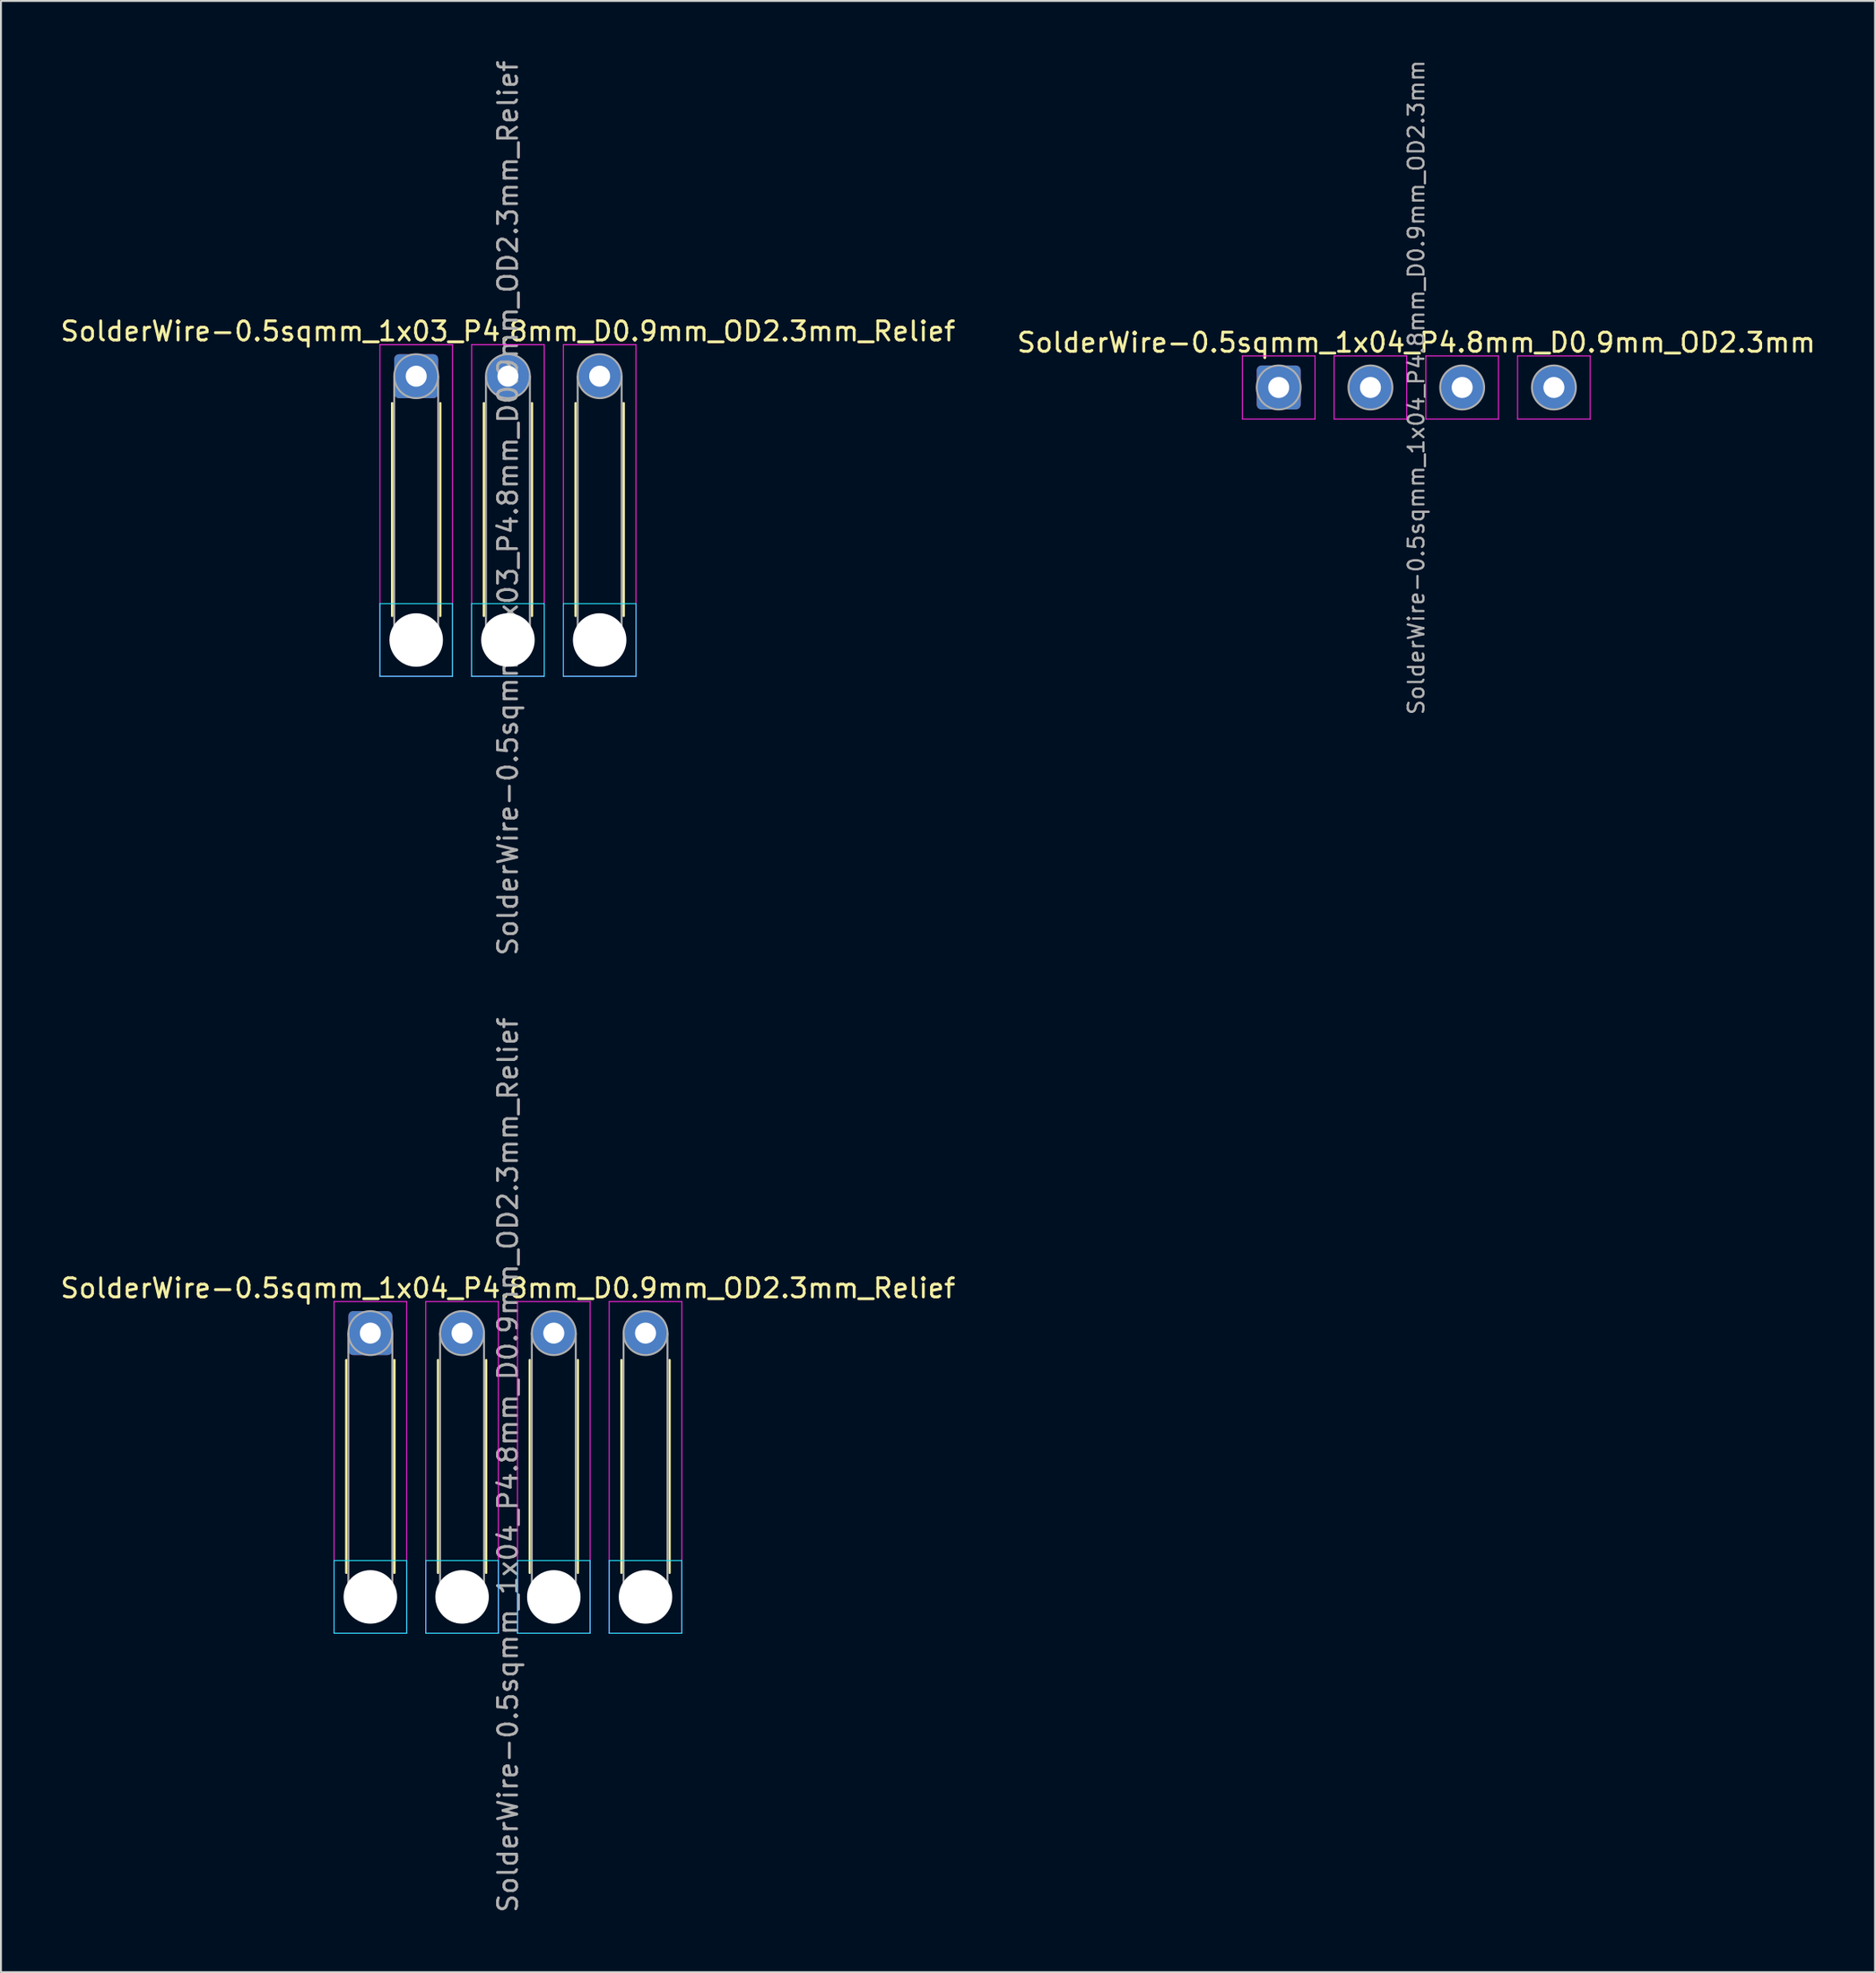
<source format=kicad_pcb>
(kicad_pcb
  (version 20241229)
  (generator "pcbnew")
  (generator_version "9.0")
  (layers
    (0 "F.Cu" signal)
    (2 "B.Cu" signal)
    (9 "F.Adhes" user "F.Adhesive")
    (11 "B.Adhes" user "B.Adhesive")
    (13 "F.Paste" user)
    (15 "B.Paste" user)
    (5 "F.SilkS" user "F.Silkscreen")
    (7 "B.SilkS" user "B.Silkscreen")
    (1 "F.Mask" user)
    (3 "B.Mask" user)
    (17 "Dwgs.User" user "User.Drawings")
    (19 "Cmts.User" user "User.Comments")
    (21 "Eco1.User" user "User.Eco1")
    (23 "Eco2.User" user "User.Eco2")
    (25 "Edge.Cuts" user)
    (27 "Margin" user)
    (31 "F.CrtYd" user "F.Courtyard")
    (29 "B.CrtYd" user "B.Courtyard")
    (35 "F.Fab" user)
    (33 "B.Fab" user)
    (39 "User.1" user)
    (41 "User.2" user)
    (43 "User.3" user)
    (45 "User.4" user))
  (footprint "SolderWire-0.5sqmm_1x04_P4.8mm_D0.9mm_OD2.3mm"
    (layer "F.Cu")
    (at 63.865 17.22)
    (property "Reference" "SolderWire-0.5sqmm_1x04_P4.8mm_D0.9mm_OD2.3mm" (at 7.2 -2.35 0) (layer "F.SilkS") (effects (font (size 1 1) (thickness 0.15))))
    (attr exclude_from_pos_files exclude_from_bom)
    (fp_line (start -1.9 -1.65) (end -1.9 1.65) (stroke (width 0.05) (type solid)) (layer "F.CrtYd"))
    (fp_line (start -1.9 1.65) (end 1.9 1.65) (stroke (width 0.05) (type solid)) (layer "F.CrtYd"))
    (fp_line (start 1.9 -1.65) (end -1.9 -1.65) (stroke (width 0.05) (type solid)) (layer "F.CrtYd"))
    (fp_line (start 1.9 1.65) (end 1.9 -1.65) (stroke (width 0.05) (type solid)) (layer "F.CrtYd"))
    (fp_line (start 2.9 -1.65) (end 2.9 1.65) (stroke (width 0.05) (type solid)) (layer "F.CrtYd"))
    (fp_line (start 2.9 1.65) (end 6.7 1.65) (stroke (width 0.05) (type solid)) (layer "F.CrtYd"))
    (fp_line (start 6.7 -1.65) (end 2.9 -1.65) (stroke (width 0.05) (type solid)) (layer "F.CrtYd"))
    (fp_line (start 6.7 1.65) (end 6.7 -1.65) (stroke (width 0.05) (type solid)) (layer "F.CrtYd"))
    (fp_line (start 7.7 -1.65) (end 7.7 1.65) (stroke (width 0.05) (type solid)) (layer "F.CrtYd"))
    (fp_line (start 7.7 1.65) (end 11.5 1.65) (stroke (width 0.05) (type solid)) (layer "F.CrtYd"))
    (fp_line (start 11.5 -1.65) (end 7.7 -1.65) (stroke (width 0.05) (type solid)) (layer "F.CrtYd"))
    (fp_line (start 11.5 1.65) (end 11.5 -1.65) (stroke (width 0.05) (type solid)) (layer "F.CrtYd"))
    (fp_line (start 12.5 -1.65) (end 12.5 1.65) (stroke (width 0.05) (type solid)) (layer "F.CrtYd"))
    (fp_line (start 12.5 1.65) (end 16.3 1.65) (stroke (width 0.05) (type solid)) (layer "F.CrtYd"))
    (fp_line (start 16.3 -1.65) (end 12.5 -1.65) (stroke (width 0.05) (type solid)) (layer "F.CrtYd"))
    (fp_line (start 16.3 1.65) (end 16.3 -1.65) (stroke (width 0.05) (type solid)) (layer "F.CrtYd"))
    (fp_circle (center 0 0) (end 1.15 0) (stroke (width 0.1) (type solid)) (fill no) (layer "F.Fab"))
    (fp_circle (center 4.8 0) (end 5.95 0) (stroke (width 0.1) (type solid)) (fill no) (layer "F.Fab"))
    (fp_circle (center 9.6 0) (end 10.75 0) (stroke (width 0.1) (type solid)) (fill no) (layer "F.Fab"))
    (fp_circle (center 14.4 0) (end 15.55 0) (stroke (width 0.1) (type solid)) (fill no) (layer "F.Fab"))
    (fp_text user "${REFERENCE}" (at 7.2 0 90) (layer "F.Fab") (effects (font (size 0.82 0.82) (thickness 0.12))))
    (pad "1" thru_hole roundrect (at 0 0) (size 2.3 2.3) (drill 1.1) (layers "*.Cu" "*.Mask") (roundrect_rratio 0.109))
    (pad "2" thru_hole circle (at 4.8 0) (size 2.3 2.3) (drill 1.1) (layers "*.Cu" "*.Mask"))
    (pad "3" thru_hole circle (at 9.6 0) (size 2.3 2.3) (drill 1.1) (layers "*.Cu" "*.Mask"))
    (pad "4" thru_hole circle (at 14.4 0) (size 2.3 2.3) (drill 1.1) (layers "*.Cu" "*.Mask")))
  (footprint "SolderWire-0.5sqmm_1x03_P4.8mm_D0.9mm_OD2.3mm_Relief"
    (layer "F.Cu")
    (at 18.73 16.63)
    (property "Reference" "SolderWire-0.5sqmm_1x03_P4.8mm_D0.9mm_OD2.3mm_Relief" (at 4.8 -2.35 0) (layer "F.SilkS") (effects (font (size 1 1) (thickness 0.15))))
    (attr exclude_from_pos_files exclude_from_bom)
    (fp_line (start -1.26 1.41) (end -1.26 12.54) (stroke (width 0.12) (type solid)) (layer "F.SilkS"))
    (fp_line (start 1.26 1.41) (end 1.26 12.54) (stroke (width 0.12) (type solid)) (layer "F.SilkS"))
    (fp_line (start 3.54 1.41) (end 3.54 12.54) (stroke (width 0.12) (type solid)) (layer "F.SilkS"))
    (fp_line (start 6.06 1.41) (end 6.06 12.54) (stroke (width 0.12) (type solid)) (layer "F.SilkS"))
    (fp_line (start 8.34 1.41) (end 8.34 12.54) (stroke (width 0.12) (type solid)) (layer "F.SilkS"))
    (fp_line (start 10.86 1.41) (end 10.86 12.54) (stroke (width 0.12) (type solid)) (layer "F.SilkS"))
    (fp_line (start -1.9 11.9) (end -1.9 15.7) (stroke (width 0.05) (type solid)) (layer "B.CrtYd"))
    (fp_line (start -1.9 15.7) (end 1.9 15.7) (stroke (width 0.05) (type solid)) (layer "B.CrtYd"))
    (fp_line (start 1.9 11.9) (end -1.9 11.9) (stroke (width 0.05) (type solid)) (layer "B.CrtYd"))
    (fp_line (start 1.9 15.7) (end 1.9 11.9) (stroke (width 0.05) (type solid)) (layer "B.CrtYd"))
    (fp_line (start 2.9 11.9) (end 2.9 15.7) (stroke (width 0.05) (type solid)) (layer "B.CrtYd"))
    (fp_line (start 2.9 15.7) (end 6.7 15.7) (stroke (width 0.05) (type solid)) (layer "B.CrtYd"))
    (fp_line (start 6.7 11.9) (end 2.9 11.9) (stroke (width 0.05) (type solid)) (layer "B.CrtYd"))
    (fp_line (start 6.7 15.7) (end 6.7 11.9) (stroke (width 0.05) (type solid)) (layer "B.CrtYd"))
    (fp_line (start 7.7 11.9) (end 7.7 15.7) (stroke (width 0.05) (type solid)) (layer "B.CrtYd"))
    (fp_line (start 7.7 15.7) (end 11.5 15.7) (stroke (width 0.05) (type solid)) (layer "B.CrtYd"))
    (fp_line (start 11.5 11.9) (end 7.7 11.9) (stroke (width 0.05) (type solid)) (layer "B.CrtYd"))
    (fp_line (start 11.5 15.7) (end 11.5 11.9) (stroke (width 0.05) (type solid)) (layer "B.CrtYd"))
    (fp_line (start -1.9 -1.65) (end -1.9 15.7) (stroke (width 0.05) (type solid)) (layer "F.CrtYd"))
    (fp_line (start -1.9 15.7) (end 1.9 15.7) (stroke (width 0.05) (type solid)) (layer "F.CrtYd"))
    (fp_line (start 1.9 -1.65) (end -1.9 -1.65) (stroke (width 0.05) (type solid)) (layer "F.CrtYd"))
    (fp_line (start 1.9 15.7) (end 1.9 -1.65) (stroke (width 0.05) (type solid)) (layer "F.CrtYd"))
    (fp_line (start 2.9 -1.65) (end 2.9 15.7) (stroke (width 0.05) (type solid)) (layer "F.CrtYd"))
    (fp_line (start 2.9 15.7) (end 6.7 15.7) (stroke (width 0.05) (type solid)) (layer "F.CrtYd"))
    (fp_line (start 6.7 -1.65) (end 2.9 -1.65) (stroke (width 0.05) (type solid)) (layer "F.CrtYd"))
    (fp_line (start 6.7 15.7) (end 6.7 -1.65) (stroke (width 0.05) (type solid)) (layer "F.CrtYd"))
    (fp_line (start 7.7 -1.65) (end 7.7 15.7) (stroke (width 0.05) (type solid)) (layer "F.CrtYd"))
    (fp_line (start 7.7 15.7) (end 11.5 15.7) (stroke (width 0.05) (type solid)) (layer "F.CrtYd"))
    (fp_line (start 11.5 -1.65) (end 7.7 -1.65) (stroke (width 0.05) (type solid)) (layer "F.CrtYd"))
    (fp_line (start 11.5 15.7) (end 11.5 -1.65) (stroke (width 0.05) (type solid)) (layer "F.CrtYd"))
    (fp_line (start -1.15 0) (end -1.15 13.8) (stroke (width 0.1) (type solid)) (layer "F.Fab"))
    (fp_line (start 1.15 0) (end 1.15 13.8) (stroke (width 0.1) (type solid)) (layer "F.Fab"))
    (fp_line (start 3.65 0) (end 3.65 13.8) (stroke (width 0.1) (type solid)) (layer "F.Fab"))
    (fp_line (start 5.95 0) (end 5.95 13.8) (stroke (width 0.1) (type solid)) (layer "F.Fab"))
    (fp_line (start 8.45 0) (end 8.45 13.8) (stroke (width 0.1) (type solid)) (layer "F.Fab"))
    (fp_line (start 10.75 0) (end 10.75 13.8) (stroke (width 0.1) (type solid)) (layer "F.Fab"))
    (fp_circle (center 0 0) (end 1.15 0) (stroke (width 0.1) (type solid)) (fill no) (layer "F.Fab"))
    (fp_circle (center 0 13.8) (end 1.15 13.8) (stroke (width 0.1) (type solid)) (fill no) (layer "F.Fab"))
    (fp_circle (center 4.8 0) (end 5.95 0) (stroke (width 0.1) (type solid)) (fill no) (layer "F.Fab"))
    (fp_circle (center 4.8 13.8) (end 5.95 13.8) (stroke (width 0.1) (type solid)) (fill no) (layer "F.Fab"))
    (fp_circle (center 9.6 0) (end 10.75 0) (stroke (width 0.1) (type solid)) (fill no) (layer "F.Fab"))
    (fp_circle (center 9.6 13.8) (end 10.75 13.8) (stroke (width 0.1) (type solid)) (fill no) (layer "F.Fab"))
    (fp_text user "${REFERENCE}" (at 4.8 6.9 90) (layer "F.Fab") (effects (font (size 1 1) (thickness 0.15))))
    (pad "" np_thru_hole circle (at 0 13.8) (size 2.8 2.8) (drill 2.8) (layers "*.Cu" "*.Mask"))
    (pad "" np_thru_hole circle (at 4.8 13.8) (size 2.8 2.8) (drill 2.8) (layers "*.Cu" "*.Mask"))
    (pad "" np_thru_hole circle (at 9.6 13.8) (size 2.8 2.8) (drill 2.8) (layers "*.Cu" "*.Mask"))
    (pad "1" thru_hole roundrect (at 0 0) (size 2.3 2.3) (drill 1.1) (layers "*.Cu" "*.Mask") (roundrect_rratio 0.109))
    (pad "2" thru_hole circle (at 4.8 0) (size 2.3 2.3) (drill 1.1) (layers "*.Cu" "*.Mask"))
    (pad "3" thru_hole circle (at 9.6 0) (size 2.3 2.3) (drill 1.1) (layers "*.Cu" "*.Mask")))
  (footprint "SolderWire-0.5sqmm_1x04_P4.8mm_D0.9mm_OD2.3mm_Relief"
    (layer "F.Cu")
    (at 16.33 66.689)
    (property "Reference" "SolderWire-0.5sqmm_1x04_P4.8mm_D0.9mm_OD2.3mm_Relief" (at 7.2 -2.35 0) (layer "F.SilkS") (effects (font (size 1 1) (thickness 0.15))))
    (attr exclude_from_pos_files exclude_from_bom)
    (fp_line (start -1.26 1.41) (end -1.26 12.54) (stroke (width 0.12) (type solid)) (layer "F.SilkS"))
    (fp_line (start 1.26 1.41) (end 1.26 12.54) (stroke (width 0.12) (type solid)) (layer "F.SilkS"))
    (fp_line (start 3.54 1.41) (end 3.54 12.54) (stroke (width 0.12) (type solid)) (layer "F.SilkS"))
    (fp_line (start 6.06 1.41) (end 6.06 12.54) (stroke (width 0.12) (type solid)) (layer "F.SilkS"))
    (fp_line (start 8.34 1.41) (end 8.34 12.54) (stroke (width 0.12) (type solid)) (layer "F.SilkS"))
    (fp_line (start 10.86 1.41) (end 10.86 12.54) (stroke (width 0.12) (type solid)) (layer "F.SilkS"))
    (fp_line (start 13.14 1.41) (end 13.14 12.54) (stroke (width 0.12) (type solid)) (layer "F.SilkS"))
    (fp_line (start 15.66 1.41) (end 15.66 12.54) (stroke (width 0.12) (type solid)) (layer "F.SilkS"))
    (fp_line (start -1.9 11.9) (end -1.9 15.7) (stroke (width 0.05) (type solid)) (layer "B.CrtYd"))
    (fp_line (start -1.9 15.7) (end 1.9 15.7) (stroke (width 0.05) (type solid)) (layer "B.CrtYd"))
    (fp_line (start 1.9 11.9) (end -1.9 11.9) (stroke (width 0.05) (type solid)) (layer "B.CrtYd"))
    (fp_line (start 1.9 15.7) (end 1.9 11.9) (stroke (width 0.05) (type solid)) (layer "B.CrtYd"))
    (fp_line (start 2.9 11.9) (end 2.9 15.7) (stroke (width 0.05) (type solid)) (layer "B.CrtYd"))
    (fp_line (start 2.9 15.7) (end 6.7 15.7) (stroke (width 0.05) (type solid)) (layer "B.CrtYd"))
    (fp_line (start 6.7 11.9) (end 2.9 11.9) (stroke (width 0.05) (type solid)) (layer "B.CrtYd"))
    (fp_line (start 6.7 15.7) (end 6.7 11.9) (stroke (width 0.05) (type solid)) (layer "B.CrtYd"))
    (fp_line (start 7.7 11.9) (end 7.7 15.7) (stroke (width 0.05) (type solid)) (layer "B.CrtYd"))
    (fp_line (start 7.7 15.7) (end 11.5 15.7) (stroke (width 0.05) (type solid)) (layer "B.CrtYd"))
    (fp_line (start 11.5 11.9) (end 7.7 11.9) (stroke (width 0.05) (type solid)) (layer "B.CrtYd"))
    (fp_line (start 11.5 15.7) (end 11.5 11.9) (stroke (width 0.05) (type solid)) (layer "B.CrtYd"))
    (fp_line (start 12.5 11.9) (end 12.5 15.7) (stroke (width 0.05) (type solid)) (layer "B.CrtYd"))
    (fp_line (start 12.5 15.7) (end 16.3 15.7) (stroke (width 0.05) (type solid)) (layer "B.CrtYd"))
    (fp_line (start 16.3 11.9) (end 12.5 11.9) (stroke (width 0.05) (type solid)) (layer "B.CrtYd"))
    (fp_line (start 16.3 15.7) (end 16.3 11.9) (stroke (width 0.05) (type solid)) (layer "B.CrtYd"))
    (fp_line (start -1.9 -1.65) (end -1.9 15.7) (stroke (width 0.05) (type solid)) (layer "F.CrtYd"))
    (fp_line (start -1.9 15.7) (end 1.9 15.7) (stroke (width 0.05) (type solid)) (layer "F.CrtYd"))
    (fp_line (start 1.9 -1.65) (end -1.9 -1.65) (stroke (width 0.05) (type solid)) (layer "F.CrtYd"))
    (fp_line (start 1.9 15.7) (end 1.9 -1.65) (stroke (width 0.05) (type solid)) (layer "F.CrtYd"))
    (fp_line (start 2.9 -1.65) (end 2.9 15.7) (stroke (width 0.05) (type solid)) (layer "F.CrtYd"))
    (fp_line (start 2.9 15.7) (end 6.7 15.7) (stroke (width 0.05) (type solid)) (layer "F.CrtYd"))
    (fp_line (start 6.7 -1.65) (end 2.9 -1.65) (stroke (width 0.05) (type solid)) (layer "F.CrtYd"))
    (fp_line (start 6.7 15.7) (end 6.7 -1.65) (stroke (width 0.05) (type solid)) (layer "F.CrtYd"))
    (fp_line (start 7.7 -1.65) (end 7.7 15.7) (stroke (width 0.05) (type solid)) (layer "F.CrtYd"))
    (fp_line (start 7.7 15.7) (end 11.5 15.7) (stroke (width 0.05) (type solid)) (layer "F.CrtYd"))
    (fp_line (start 11.5 -1.65) (end 7.7 -1.65) (stroke (width 0.05) (type solid)) (layer "F.CrtYd"))
    (fp_line (start 11.5 15.7) (end 11.5 -1.65) (stroke (width 0.05) (type solid)) (layer "F.CrtYd"))
    (fp_line (start 12.5 -1.65) (end 12.5 15.7) (stroke (width 0.05) (type solid)) (layer "F.CrtYd"))
    (fp_line (start 12.5 15.7) (end 16.3 15.7) (stroke (width 0.05) (type solid)) (layer "F.CrtYd"))
    (fp_line (start 16.3 -1.65) (end 12.5 -1.65) (stroke (width 0.05) (type solid)) (layer "F.CrtYd"))
    (fp_line (start 16.3 15.7) (end 16.3 -1.65) (stroke (width 0.05) (type solid)) (layer "F.CrtYd"))
    (fp_line (start -1.15 0) (end -1.15 13.8) (stroke (width 0.1) (type solid)) (layer "F.Fab"))
    (fp_line (start 1.15 0) (end 1.15 13.8) (stroke (width 0.1) (type solid)) (layer "F.Fab"))
    (fp_line (start 3.65 0) (end 3.65 13.8) (stroke (width 0.1) (type solid)) (layer "F.Fab"))
    (fp_line (start 5.95 0) (end 5.95 13.8) (stroke (width 0.1) (type solid)) (layer "F.Fab"))
    (fp_line (start 8.45 0) (end 8.45 13.8) (stroke (width 0.1) (type solid)) (layer "F.Fab"))
    (fp_line (start 10.75 0) (end 10.75 13.8) (stroke (width 0.1) (type solid)) (layer "F.Fab"))
    (fp_line (start 13.25 0) (end 13.25 13.8) (stroke (width 0.1) (type solid)) (layer "F.Fab"))
    (fp_line (start 15.55 0) (end 15.55 13.8) (stroke (width 0.1) (type solid)) (layer "F.Fab"))
    (fp_circle (center 0 0) (end 1.15 0) (stroke (width 0.1) (type solid)) (fill no) (layer "F.Fab"))
    (fp_circle (center 0 13.8) (end 1.15 13.8) (stroke (width 0.1) (type solid)) (fill no) (layer "F.Fab"))
    (fp_circle (center 4.8 0) (end 5.95 0) (stroke (width 0.1) (type solid)) (fill no) (layer "F.Fab"))
    (fp_circle (center 4.8 13.8) (end 5.95 13.8) (stroke (width 0.1) (type solid)) (fill no) (layer "F.Fab"))
    (fp_circle (center 9.6 0) (end 10.75 0) (stroke (width 0.1) (type solid)) (fill no) (layer "F.Fab"))
    (fp_circle (center 9.6 13.8) (end 10.75 13.8) (stroke (width 0.1) (type solid)) (fill no) (layer "F.Fab"))
    (fp_circle (center 14.4 0) (end 15.55 0) (stroke (width 0.1) (type solid)) (fill no) (layer "F.Fab"))
    (fp_circle (center 14.4 13.8) (end 15.55 13.8) (stroke (width 0.1) (type solid)) (fill no) (layer "F.Fab"))
    (fp_text user "${REFERENCE}" (at 7.2 6.9 90) (layer "F.Fab") (effects (font (size 1 1) (thickness 0.15))))
    (pad "" np_thru_hole circle (at 0 13.8) (size 2.8 2.8) (drill 2.8) (layers "*.Cu" "*.Mask"))
    (pad "" np_thru_hole circle (at 4.8 13.8) (size 2.8 2.8) (drill 2.8) (layers "*.Cu" "*.Mask"))
    (pad "" np_thru_hole circle (at 9.6 13.8) (size 2.8 2.8) (drill 2.8) (layers "*.Cu" "*.Mask"))
    (pad "" np_thru_hole circle (at 14.4 13.8) (size 2.8 2.8) (drill 2.8) (layers "*.Cu" "*.Mask"))
    (pad "1" thru_hole roundrect (at 0 0) (size 2.3 2.3) (drill 1.1) (layers "*.Cu" "*.Mask") (roundrect_rratio 0.109))
    (pad "2" thru_hole circle (at 4.8 0) (size 2.3 2.3) (drill 1.1) (layers "*.Cu" "*.Mask"))
    (pad "3" thru_hole circle (at 9.6 0) (size 2.3 2.3) (drill 1.1) (layers "*.Cu" "*.Mask"))
    (pad "4" thru_hole circle (at 14.4 0) (size 2.3 2.3) (drill 1.1) (layers "*.Cu" "*.Mask")))
  (gr_rect
    (start -3 -3)
    (end 95.071 100.119)
    (stroke (width 0.1) (type default))
    (fill no)
    (layer "Edge.Cuts")))
</source>
